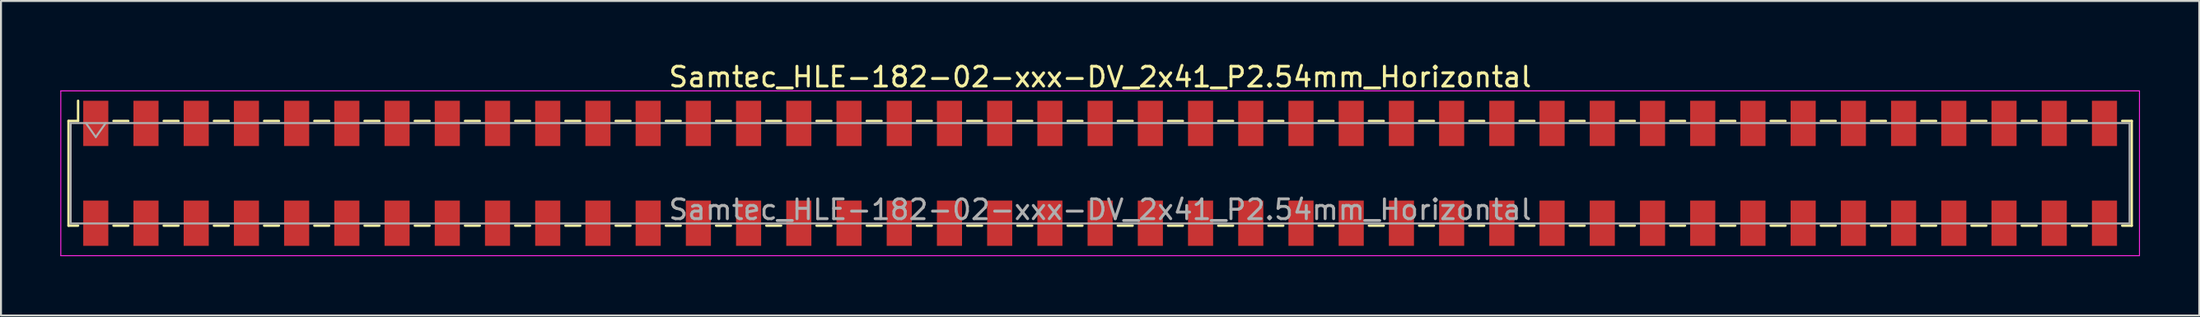
<source format=kicad_pcb>
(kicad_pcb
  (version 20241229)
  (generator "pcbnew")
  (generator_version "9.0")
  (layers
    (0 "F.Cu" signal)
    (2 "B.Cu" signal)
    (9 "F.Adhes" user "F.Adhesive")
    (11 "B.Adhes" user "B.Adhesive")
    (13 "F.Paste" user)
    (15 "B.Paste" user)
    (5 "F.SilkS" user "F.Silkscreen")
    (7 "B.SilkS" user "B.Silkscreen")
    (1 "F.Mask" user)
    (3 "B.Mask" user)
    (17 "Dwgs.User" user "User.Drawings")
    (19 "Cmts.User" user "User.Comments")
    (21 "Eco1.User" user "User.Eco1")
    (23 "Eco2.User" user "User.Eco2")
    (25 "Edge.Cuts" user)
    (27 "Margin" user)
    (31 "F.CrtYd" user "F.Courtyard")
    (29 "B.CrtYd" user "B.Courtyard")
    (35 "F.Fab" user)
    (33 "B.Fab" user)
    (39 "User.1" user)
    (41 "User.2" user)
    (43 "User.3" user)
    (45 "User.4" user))
  (footprint "Samtec_HLE-182-02-xxx-DV_2x41_P2.54mm_Horizontal"
    (layer "F.Cu")
    (at 52.595 5.718)
    (property "Reference" "Samtec_HLE-182-02-xxx-DV_2x41_P2.54mm_Horizontal" (at 0 -4.87 0) (layer "F.SilkS") (effects (font (size 1 1) (thickness 0.15))))
    (attr smd)
    (fp_line (start -52.18 -2.65) (end -52.18 2.65) (stroke (width 0.12) (type solid)) (layer "F.SilkS"))
    (fp_line (start -52.18 2.65) (end -51.695 2.65) (stroke (width 0.12) (type solid)) (layer "F.SilkS"))
    (fp_line (start -51.695 -3.67) (end -51.695 -2.65) (stroke (width 0.12) (type solid)) (layer "F.SilkS"))
    (fp_line (start -51.695 -2.65) (end -52.18 -2.65) (stroke (width 0.12) (type solid)) (layer "F.SilkS"))
    (fp_line (start -49.905 -2.65) (end -49.155 -2.65) (stroke (width 0.12) (type solid)) (layer "F.SilkS"))
    (fp_line (start -49.905 2.65) (end -49.155 2.65) (stroke (width 0.12) (type solid)) (layer "F.SilkS"))
    (fp_line (start -47.365 -2.65) (end -46.615 -2.65) (stroke (width 0.12) (type solid)) (layer "F.SilkS"))
    (fp_line (start -47.365 2.65) (end -46.615 2.65) (stroke (width 0.12) (type solid)) (layer "F.SilkS"))
    (fp_line (start -44.825 -2.65) (end -44.075 -2.65) (stroke (width 0.12) (type solid)) (layer "F.SilkS"))
    (fp_line (start -44.825 2.65) (end -44.075 2.65) (stroke (width 0.12) (type solid)) (layer "F.SilkS"))
    (fp_line (start -42.285 -2.65) (end -41.535 -2.65) (stroke (width 0.12) (type solid)) (layer "F.SilkS"))
    (fp_line (start -42.285 2.65) (end -41.535 2.65) (stroke (width 0.12) (type solid)) (layer "F.SilkS"))
    (fp_line (start -39.745 -2.65) (end -38.995 -2.65) (stroke (width 0.12) (type solid)) (layer "F.SilkS"))
    (fp_line (start -39.745 2.65) (end -38.995 2.65) (stroke (width 0.12) (type solid)) (layer "F.SilkS"))
    (fp_line (start -37.205 -2.65) (end -36.455 -2.65) (stroke (width 0.12) (type solid)) (layer "F.SilkS"))
    (fp_line (start -37.205 2.65) (end -36.455 2.65) (stroke (width 0.12) (type solid)) (layer "F.SilkS"))
    (fp_line (start -34.665 -2.65) (end -33.915 -2.65) (stroke (width 0.12) (type solid)) (layer "F.SilkS"))
    (fp_line (start -34.665 2.65) (end -33.915 2.65) (stroke (width 0.12) (type solid)) (layer "F.SilkS"))
    (fp_line (start -32.125 -2.65) (end -31.375 -2.65) (stroke (width 0.12) (type solid)) (layer "F.SilkS"))
    (fp_line (start -32.125 2.65) (end -31.375 2.65) (stroke (width 0.12) (type solid)) (layer "F.SilkS"))
    (fp_line (start -29.585 -2.65) (end -28.835 -2.65) (stroke (width 0.12) (type solid)) (layer "F.SilkS"))
    (fp_line (start -29.585 2.65) (end -28.835 2.65) (stroke (width 0.12) (type solid)) (layer "F.SilkS"))
    (fp_line (start -27.045 -2.65) (end -26.295 -2.65) (stroke (width 0.12) (type solid)) (layer "F.SilkS"))
    (fp_line (start -27.045 2.65) (end -26.295 2.65) (stroke (width 0.12) (type solid)) (layer "F.SilkS"))
    (fp_line (start -24.505 -2.65) (end -23.755 -2.65) (stroke (width 0.12) (type solid)) (layer "F.SilkS"))
    (fp_line (start -24.505 2.65) (end -23.755 2.65) (stroke (width 0.12) (type solid)) (layer "F.SilkS"))
    (fp_line (start -21.965 -2.65) (end -21.215 -2.65) (stroke (width 0.12) (type solid)) (layer "F.SilkS"))
    (fp_line (start -21.965 2.65) (end -21.215 2.65) (stroke (width 0.12) (type solid)) (layer "F.SilkS"))
    (fp_line (start -19.425 -2.65) (end -18.675 -2.65) (stroke (width 0.12) (type solid)) (layer "F.SilkS"))
    (fp_line (start -19.425 2.65) (end -18.675 2.65) (stroke (width 0.12) (type solid)) (layer "F.SilkS"))
    (fp_line (start -16.885 -2.65) (end -16.135 -2.65) (stroke (width 0.12) (type solid)) (layer "F.SilkS"))
    (fp_line (start -16.885 2.65) (end -16.135 2.65) (stroke (width 0.12) (type solid)) (layer "F.SilkS"))
    (fp_line (start -14.345 -2.65) (end -13.595 -2.65) (stroke (width 0.12) (type solid)) (layer "F.SilkS"))
    (fp_line (start -14.345 2.65) (end -13.595 2.65) (stroke (width 0.12) (type solid)) (layer "F.SilkS"))
    (fp_line (start -11.805 -2.65) (end -11.055 -2.65) (stroke (width 0.12) (type solid)) (layer "F.SilkS"))
    (fp_line (start -11.805 2.65) (end -11.055 2.65) (stroke (width 0.12) (type solid)) (layer "F.SilkS"))
    (fp_line (start -9.265 -2.65) (end -8.515 -2.65) (stroke (width 0.12) (type solid)) (layer "F.SilkS"))
    (fp_line (start -9.265 2.65) (end -8.515 2.65) (stroke (width 0.12) (type solid)) (layer "F.SilkS"))
    (fp_line (start -6.725 -2.65) (end -5.975 -2.65) (stroke (width 0.12) (type solid)) (layer "F.SilkS"))
    (fp_line (start -6.725 2.65) (end -5.975 2.65) (stroke (width 0.12) (type solid)) (layer "F.SilkS"))
    (fp_line (start -4.185 -2.65) (end -3.435 -2.65) (stroke (width 0.12) (type solid)) (layer "F.SilkS"))
    (fp_line (start -4.185 2.65) (end -3.435 2.65) (stroke (width 0.12) (type solid)) (layer "F.SilkS"))
    (fp_line (start -1.645 -2.65) (end -0.895 -2.65) (stroke (width 0.12) (type solid)) (layer "F.SilkS"))
    (fp_line (start -1.645 2.65) (end -0.895 2.65) (stroke (width 0.12) (type solid)) (layer "F.SilkS"))
    (fp_line (start 0.895 -2.65) (end 1.645 -2.65) (stroke (width 0.12) (type solid)) (layer "F.SilkS"))
    (fp_line (start 0.895 2.65) (end 1.645 2.65) (stroke (width 0.12) (type solid)) (layer "F.SilkS"))
    (fp_line (start 3.435 -2.65) (end 4.185 -2.65) (stroke (width 0.12) (type solid)) (layer "F.SilkS"))
    (fp_line (start 3.435 2.65) (end 4.185 2.65) (stroke (width 0.12) (type solid)) (layer "F.SilkS"))
    (fp_line (start 5.975 -2.65) (end 6.725 -2.65) (stroke (width 0.12) (type solid)) (layer "F.SilkS"))
    (fp_line (start 5.975 2.65) (end 6.725 2.65) (stroke (width 0.12) (type solid)) (layer "F.SilkS"))
    (fp_line (start 8.515 -2.65) (end 9.265 -2.65) (stroke (width 0.12) (type solid)) (layer "F.SilkS"))
    (fp_line (start 8.515 2.65) (end 9.265 2.65) (stroke (width 0.12) (type solid)) (layer "F.SilkS"))
    (fp_line (start 11.055 -2.65) (end 11.805 -2.65) (stroke (width 0.12) (type solid)) (layer "F.SilkS"))
    (fp_line (start 11.055 2.65) (end 11.805 2.65) (stroke (width 0.12) (type solid)) (layer "F.SilkS"))
    (fp_line (start 13.595 -2.65) (end 14.345 -2.65) (stroke (width 0.12) (type solid)) (layer "F.SilkS"))
    (fp_line (start 13.595 2.65) (end 14.345 2.65) (stroke (width 0.12) (type solid)) (layer "F.SilkS"))
    (fp_line (start 16.135 -2.65) (end 16.885 -2.65) (stroke (width 0.12) (type solid)) (layer "F.SilkS"))
    (fp_line (start 16.135 2.65) (end 16.885 2.65) (stroke (width 0.12) (type solid)) (layer "F.SilkS"))
    (fp_line (start 18.675 -2.65) (end 19.425 -2.65) (stroke (width 0.12) (type solid)) (layer "F.SilkS"))
    (fp_line (start 18.675 2.65) (end 19.425 2.65) (stroke (width 0.12) (type solid)) (layer "F.SilkS"))
    (fp_line (start 21.215 -2.65) (end 21.965 -2.65) (stroke (width 0.12) (type solid)) (layer "F.SilkS"))
    (fp_line (start 21.215 2.65) (end 21.965 2.65) (stroke (width 0.12) (type solid)) (layer "F.SilkS"))
    (fp_line (start 23.755 -2.65) (end 24.505 -2.65) (stroke (width 0.12) (type solid)) (layer "F.SilkS"))
    (fp_line (start 23.755 2.65) (end 24.505 2.65) (stroke (width 0.12) (type solid)) (layer "F.SilkS"))
    (fp_line (start 26.295 -2.65) (end 27.045 -2.65) (stroke (width 0.12) (type solid)) (layer "F.SilkS"))
    (fp_line (start 26.295 2.65) (end 27.045 2.65) (stroke (width 0.12) (type solid)) (layer "F.SilkS"))
    (fp_line (start 28.835 -2.65) (end 29.585 -2.65) (stroke (width 0.12) (type solid)) (layer "F.SilkS"))
    (fp_line (start 28.835 2.65) (end 29.585 2.65) (stroke (width 0.12) (type solid)) (layer "F.SilkS"))
    (fp_line (start 31.375 -2.65) (end 32.125 -2.65) (stroke (width 0.12) (type solid)) (layer "F.SilkS"))
    (fp_line (start 31.375 2.65) (end 32.125 2.65) (stroke (width 0.12) (type solid)) (layer "F.SilkS"))
    (fp_line (start 33.915 -2.65) (end 34.665 -2.65) (stroke (width 0.12) (type solid)) (layer "F.SilkS"))
    (fp_line (start 33.915 2.65) (end 34.665 2.65) (stroke (width 0.12) (type solid)) (layer "F.SilkS"))
    (fp_line (start 36.455 -2.65) (end 37.205 -2.65) (stroke (width 0.12) (type solid)) (layer "F.SilkS"))
    (fp_line (start 36.455 2.65) (end 37.205 2.65) (stroke (width 0.12) (type solid)) (layer "F.SilkS"))
    (fp_line (start 38.995 -2.65) (end 39.745 -2.65) (stroke (width 0.12) (type solid)) (layer "F.SilkS"))
    (fp_line (start 38.995 2.65) (end 39.745 2.65) (stroke (width 0.12) (type solid)) (layer "F.SilkS"))
    (fp_line (start 41.535 -2.65) (end 42.285 -2.65) (stroke (width 0.12) (type solid)) (layer "F.SilkS"))
    (fp_line (start 41.535 2.65) (end 42.285 2.65) (stroke (width 0.12) (type solid)) (layer "F.SilkS"))
    (fp_line (start 44.075 -2.65) (end 44.825 -2.65) (stroke (width 0.12) (type solid)) (layer "F.SilkS"))
    (fp_line (start 44.075 2.65) (end 44.825 2.65) (stroke (width 0.12) (type solid)) (layer "F.SilkS"))
    (fp_line (start 46.615 -2.65) (end 47.365 -2.65) (stroke (width 0.12) (type solid)) (layer "F.SilkS"))
    (fp_line (start 46.615 2.65) (end 47.365 2.65) (stroke (width 0.12) (type solid)) (layer "F.SilkS"))
    (fp_line (start 49.155 -2.65) (end 49.905 -2.65) (stroke (width 0.12) (type solid)) (layer "F.SilkS"))
    (fp_line (start 49.155 2.65) (end 49.905 2.65) (stroke (width 0.12) (type solid)) (layer "F.SilkS"))
    (fp_line (start 51.695 -2.65) (end 52.18 -2.65) (stroke (width 0.12) (type solid)) (layer "F.SilkS"))
    (fp_line (start 52.18 -2.65) (end 52.18 2.65) (stroke (width 0.12) (type solid)) (layer "F.SilkS"))
    (fp_line (start 52.18 2.65) (end 51.695 2.65) (stroke (width 0.12) (type solid)) (layer "F.SilkS"))
    (fp_line (start -52.57 -4.17) (end 52.57 -4.17) (stroke (width 0.05) (type solid)) (layer "F.CrtYd"))
    (fp_line (start -52.57 4.17) (end -52.57 -4.17) (stroke (width 0.05) (type solid)) (layer "F.CrtYd"))
    (fp_line (start 52.57 -4.17) (end 52.57 4.17) (stroke (width 0.05) (type solid)) (layer "F.CrtYd"))
    (fp_line (start 52.57 4.17) (end -52.57 4.17) (stroke (width 0.05) (type solid)) (layer "F.CrtYd"))
    (fp_line (start -52.07 -2.54) (end 52.07 -2.54) (stroke (width 0.1) (type solid)) (layer "F.Fab"))
    (fp_line (start -52.07 2.54) (end -52.07 -2.54) (stroke (width 0.1) (type solid)) (layer "F.Fab"))
    (fp_line (start -51.3 -2.54) (end -50.8 -1.833) (stroke (width 0.1) (type solid)) (layer "F.Fab"))
    (fp_line (start -50.8 -1.833) (end -50.3 -2.54) (stroke (width 0.1) (type solid)) (layer "F.Fab"))
    (fp_line (start 52.07 -2.54) (end 52.07 2.54) (stroke (width 0.1) (type solid)) (layer "F.Fab"))
    (fp_line (start 52.07 2.54) (end -52.07 2.54) (stroke (width 0.1) (type solid)) (layer "F.Fab"))
    (fp_text user "${REFERENCE}" (at 0 1.84 0) (layer "F.Fab") (effects (font (size 1 1) (thickness 0.15))))
    (pad "1" smd rect (at -50.8 -2.525) (size 1.27 2.29) (layers "F.Cu" "F.Mask" "F.Paste"))
    (pad "2" smd rect (at -50.8 2.525) (size 1.27 2.29) (layers "F.Cu" "F.Mask" "F.Paste"))
    (pad "3" smd rect (at -48.26 -2.525) (size 1.27 2.29) (layers "F.Cu" "F.Mask" "F.Paste"))
    (pad "4" smd rect (at -48.26 2.525) (size 1.27 2.29) (layers "F.Cu" "F.Mask" "F.Paste"))
    (pad "5" smd rect (at -45.72 -2.525) (size 1.27 2.29) (layers "F.Cu" "F.Mask" "F.Paste"))
    (pad "6" smd rect (at -45.72 2.525) (size 1.27 2.29) (layers "F.Cu" "F.Mask" "F.Paste"))
    (pad "7" smd rect (at -43.18 -2.525) (size 1.27 2.29) (layers "F.Cu" "F.Mask" "F.Paste"))
    (pad "8" smd rect (at -43.18 2.525) (size 1.27 2.29) (layers "F.Cu" "F.Mask" "F.Paste"))
    (pad "9" smd rect (at -40.64 -2.525) (size 1.27 2.29) (layers "F.Cu" "F.Mask" "F.Paste"))
    (pad "10" smd rect (at -40.64 2.525) (size 1.27 2.29) (layers "F.Cu" "F.Mask" "F.Paste"))
    (pad "11" smd rect (at -38.1 -2.525) (size 1.27 2.29) (layers "F.Cu" "F.Mask" "F.Paste"))
    (pad "12" smd rect (at -38.1 2.525) (size 1.27 2.29) (layers "F.Cu" "F.Mask" "F.Paste"))
    (pad "13" smd rect (at -35.56 -2.525) (size 1.27 2.29) (layers "F.Cu" "F.Mask" "F.Paste"))
    (pad "14" smd rect (at -35.56 2.525) (size 1.27 2.29) (layers "F.Cu" "F.Mask" "F.Paste"))
    (pad "15" smd rect (at -33.02 -2.525) (size 1.27 2.29) (layers "F.Cu" "F.Mask" "F.Paste"))
    (pad "16" smd rect (at -33.02 2.525) (size 1.27 2.29) (layers "F.Cu" "F.Mask" "F.Paste"))
    (pad "17" smd rect (at -30.48 -2.525) (size 1.27 2.29) (layers "F.Cu" "F.Mask" "F.Paste"))
    (pad "18" smd rect (at -30.48 2.525) (size 1.27 2.29) (layers "F.Cu" "F.Mask" "F.Paste"))
    (pad "19" smd rect (at -27.94 -2.525) (size 1.27 2.29) (layers "F.Cu" "F.Mask" "F.Paste"))
    (pad "20" smd rect (at -27.94 2.525) (size 1.27 2.29) (layers "F.Cu" "F.Mask" "F.Paste"))
    (pad "21" smd rect (at -25.4 -2.525) (size 1.27 2.29) (layers "F.Cu" "F.Mask" "F.Paste"))
    (pad "22" smd rect (at -25.4 2.525) (size 1.27 2.29) (layers "F.Cu" "F.Mask" "F.Paste"))
    (pad "23" smd rect (at -22.86 -2.525) (size 1.27 2.29) (layers "F.Cu" "F.Mask" "F.Paste"))
    (pad "24" smd rect (at -22.86 2.525) (size 1.27 2.29) (layers "F.Cu" "F.Mask" "F.Paste"))
    (pad "25" smd rect (at -20.32 -2.525) (size 1.27 2.29) (layers "F.Cu" "F.Mask" "F.Paste"))
    (pad "26" smd rect (at -20.32 2.525) (size 1.27 2.29) (layers "F.Cu" "F.Mask" "F.Paste"))
    (pad "27" smd rect (at -17.78 -2.525) (size 1.27 2.29) (layers "F.Cu" "F.Mask" "F.Paste"))
    (pad "28" smd rect (at -17.78 2.525) (size 1.27 2.29) (layers "F.Cu" "F.Mask" "F.Paste"))
    (pad "29" smd rect (at -15.24 -2.525) (size 1.27 2.29) (layers "F.Cu" "F.Mask" "F.Paste"))
    (pad "30" smd rect (at -15.24 2.525) (size 1.27 2.29) (layers "F.Cu" "F.Mask" "F.Paste"))
    (pad "31" smd rect (at -12.7 -2.525) (size 1.27 2.29) (layers "F.Cu" "F.Mask" "F.Paste"))
    (pad "32" smd rect (at -12.7 2.525) (size 1.27 2.29) (layers "F.Cu" "F.Mask" "F.Paste"))
    (pad "33" smd rect (at -10.16 -2.525) (size 1.27 2.29) (layers "F.Cu" "F.Mask" "F.Paste"))
    (pad "34" smd rect (at -10.16 2.525) (size 1.27 2.29) (layers "F.Cu" "F.Mask" "F.Paste"))
    (pad "35" smd rect (at -7.62 -2.525) (size 1.27 2.29) (layers "F.Cu" "F.Mask" "F.Paste"))
    (pad "36" smd rect (at -7.62 2.525) (size 1.27 2.29) (layers "F.Cu" "F.Mask" "F.Paste"))
    (pad "37" smd rect (at -5.08 -2.525) (size 1.27 2.29) (layers "F.Cu" "F.Mask" "F.Paste"))
    (pad "38" smd rect (at -5.08 2.525) (size 1.27 2.29) (layers "F.Cu" "F.Mask" "F.Paste"))
    (pad "39" smd rect (at -2.54 -2.525) (size 1.27 2.29) (layers "F.Cu" "F.Mask" "F.Paste"))
    (pad "40" smd rect (at -2.54 2.525) (size 1.27 2.29) (layers "F.Cu" "F.Mask" "F.Paste"))
    (pad "41" smd rect (at 0 -2.525) (size 1.27 2.29) (layers "F.Cu" "F.Mask" "F.Paste"))
    (pad "42" smd rect (at 0 2.525) (size 1.27 2.29) (layers "F.Cu" "F.Mask" "F.Paste"))
    (pad "43" smd rect (at 2.54 -2.525) (size 1.27 2.29) (layers "F.Cu" "F.Mask" "F.Paste"))
    (pad "44" smd rect (at 2.54 2.525) (size 1.27 2.29) (layers "F.Cu" "F.Mask" "F.Paste"))
    (pad "45" smd rect (at 5.08 -2.525) (size 1.27 2.29) (layers "F.Cu" "F.Mask" "F.Paste"))
    (pad "46" smd rect (at 5.08 2.525) (size 1.27 2.29) (layers "F.Cu" "F.Mask" "F.Paste"))
    (pad "47" smd rect (at 7.62 -2.525) (size 1.27 2.29) (layers "F.Cu" "F.Mask" "F.Paste"))
    (pad "48" smd rect (at 7.62 2.525) (size 1.27 2.29) (layers "F.Cu" "F.Mask" "F.Paste"))
    (pad "49" smd rect (at 10.16 -2.525) (size 1.27 2.29) (layers "F.Cu" "F.Mask" "F.Paste"))
    (pad "50" smd rect (at 10.16 2.525) (size 1.27 2.29) (layers "F.Cu" "F.Mask" "F.Paste"))
    (pad "51" smd rect (at 12.7 -2.525) (size 1.27 2.29) (layers "F.Cu" "F.Mask" "F.Paste"))
    (pad "52" smd rect (at 12.7 2.525) (size 1.27 2.29) (layers "F.Cu" "F.Mask" "F.Paste"))
    (pad "53" smd rect (at 15.24 -2.525) (size 1.27 2.29) (layers "F.Cu" "F.Mask" "F.Paste"))
    (pad "54" smd rect (at 15.24 2.525) (size 1.27 2.29) (layers "F.Cu" "F.Mask" "F.Paste"))
    (pad "55" smd rect (at 17.78 -2.525) (size 1.27 2.29) (layers "F.Cu" "F.Mask" "F.Paste"))
    (pad "56" smd rect (at 17.78 2.525) (size 1.27 2.29) (layers "F.Cu" "F.Mask" "F.Paste"))
    (pad "57" smd rect (at 20.32 -2.525) (size 1.27 2.29) (layers "F.Cu" "F.Mask" "F.Paste"))
    (pad "58" smd rect (at 20.32 2.525) (size 1.27 2.29) (layers "F.Cu" "F.Mask" "F.Paste"))
    (pad "59" smd rect (at 22.86 -2.525) (size 1.27 2.29) (layers "F.Cu" "F.Mask" "F.Paste"))
    (pad "60" smd rect (at 22.86 2.525) (size 1.27 2.29) (layers "F.Cu" "F.Mask" "F.Paste"))
    (pad "61" smd rect (at 25.4 -2.525) (size 1.27 2.29) (layers "F.Cu" "F.Mask" "F.Paste"))
    (pad "62" smd rect (at 25.4 2.525) (size 1.27 2.29) (layers "F.Cu" "F.Mask" "F.Paste"))
    (pad "63" smd rect (at 27.94 -2.525) (size 1.27 2.29) (layers "F.Cu" "F.Mask" "F.Paste"))
    (pad "64" smd rect (at 27.94 2.525) (size 1.27 2.29) (layers "F.Cu" "F.Mask" "F.Paste"))
    (pad "65" smd rect (at 30.48 -2.525) (size 1.27 2.29) (layers "F.Cu" "F.Mask" "F.Paste"))
    (pad "66" smd rect (at 30.48 2.525) (size 1.27 2.29) (layers "F.Cu" "F.Mask" "F.Paste"))
    (pad "67" smd rect (at 33.02 -2.525) (size 1.27 2.29) (layers "F.Cu" "F.Mask" "F.Paste"))
    (pad "68" smd rect (at 33.02 2.525) (size 1.27 2.29) (layers "F.Cu" "F.Mask" "F.Paste"))
    (pad "69" smd rect (at 35.56 -2.525) (size 1.27 2.29) (layers "F.Cu" "F.Mask" "F.Paste"))
    (pad "70" smd rect (at 35.56 2.525) (size 1.27 2.29) (layers "F.Cu" "F.Mask" "F.Paste"))
    (pad "71" smd rect (at 38.1 -2.525) (size 1.27 2.29) (layers "F.Cu" "F.Mask" "F.Paste"))
    (pad "72" smd rect (at 38.1 2.525) (size 1.27 2.29) (layers "F.Cu" "F.Mask" "F.Paste"))
    (pad "73" smd rect (at 40.64 -2.525) (size 1.27 2.29) (layers "F.Cu" "F.Mask" "F.Paste"))
    (pad "74" smd rect (at 40.64 2.525) (size 1.27 2.29) (layers "F.Cu" "F.Mask" "F.Paste"))
    (pad "75" smd rect (at 43.18 -2.525) (size 1.27 2.29) (layers "F.Cu" "F.Mask" "F.Paste"))
    (pad "76" smd rect (at 43.18 2.525) (size 1.27 2.29) (layers "F.Cu" "F.Mask" "F.Paste"))
    (pad "77" smd rect (at 45.72 -2.525) (size 1.27 2.29) (layers "F.Cu" "F.Mask" "F.Paste"))
    (pad "78" smd rect (at 45.72 2.525) (size 1.27 2.29) (layers "F.Cu" "F.Mask" "F.Paste"))
    (pad "79" smd rect (at 48.26 -2.525) (size 1.27 2.29) (layers "F.Cu" "F.Mask" "F.Paste"))
    (pad "80" smd rect (at 48.26 2.525) (size 1.27 2.29) (layers "F.Cu" "F.Mask" "F.Paste"))
    (pad "81" smd rect (at 50.8 -2.525) (size 1.27 2.29) (layers "F.Cu" "F.Mask" "F.Paste"))
    (pad "82" smd rect (at 50.8 2.525) (size 1.27 2.29) (layers "F.Cu" "F.Mask" "F.Paste")))
  (gr_rect
    (start -3 -3)
    (end 108.19 12.913)
    (stroke (width 0.1) (type default))
    (fill no)
    (layer "Edge.Cuts")))
</source>
